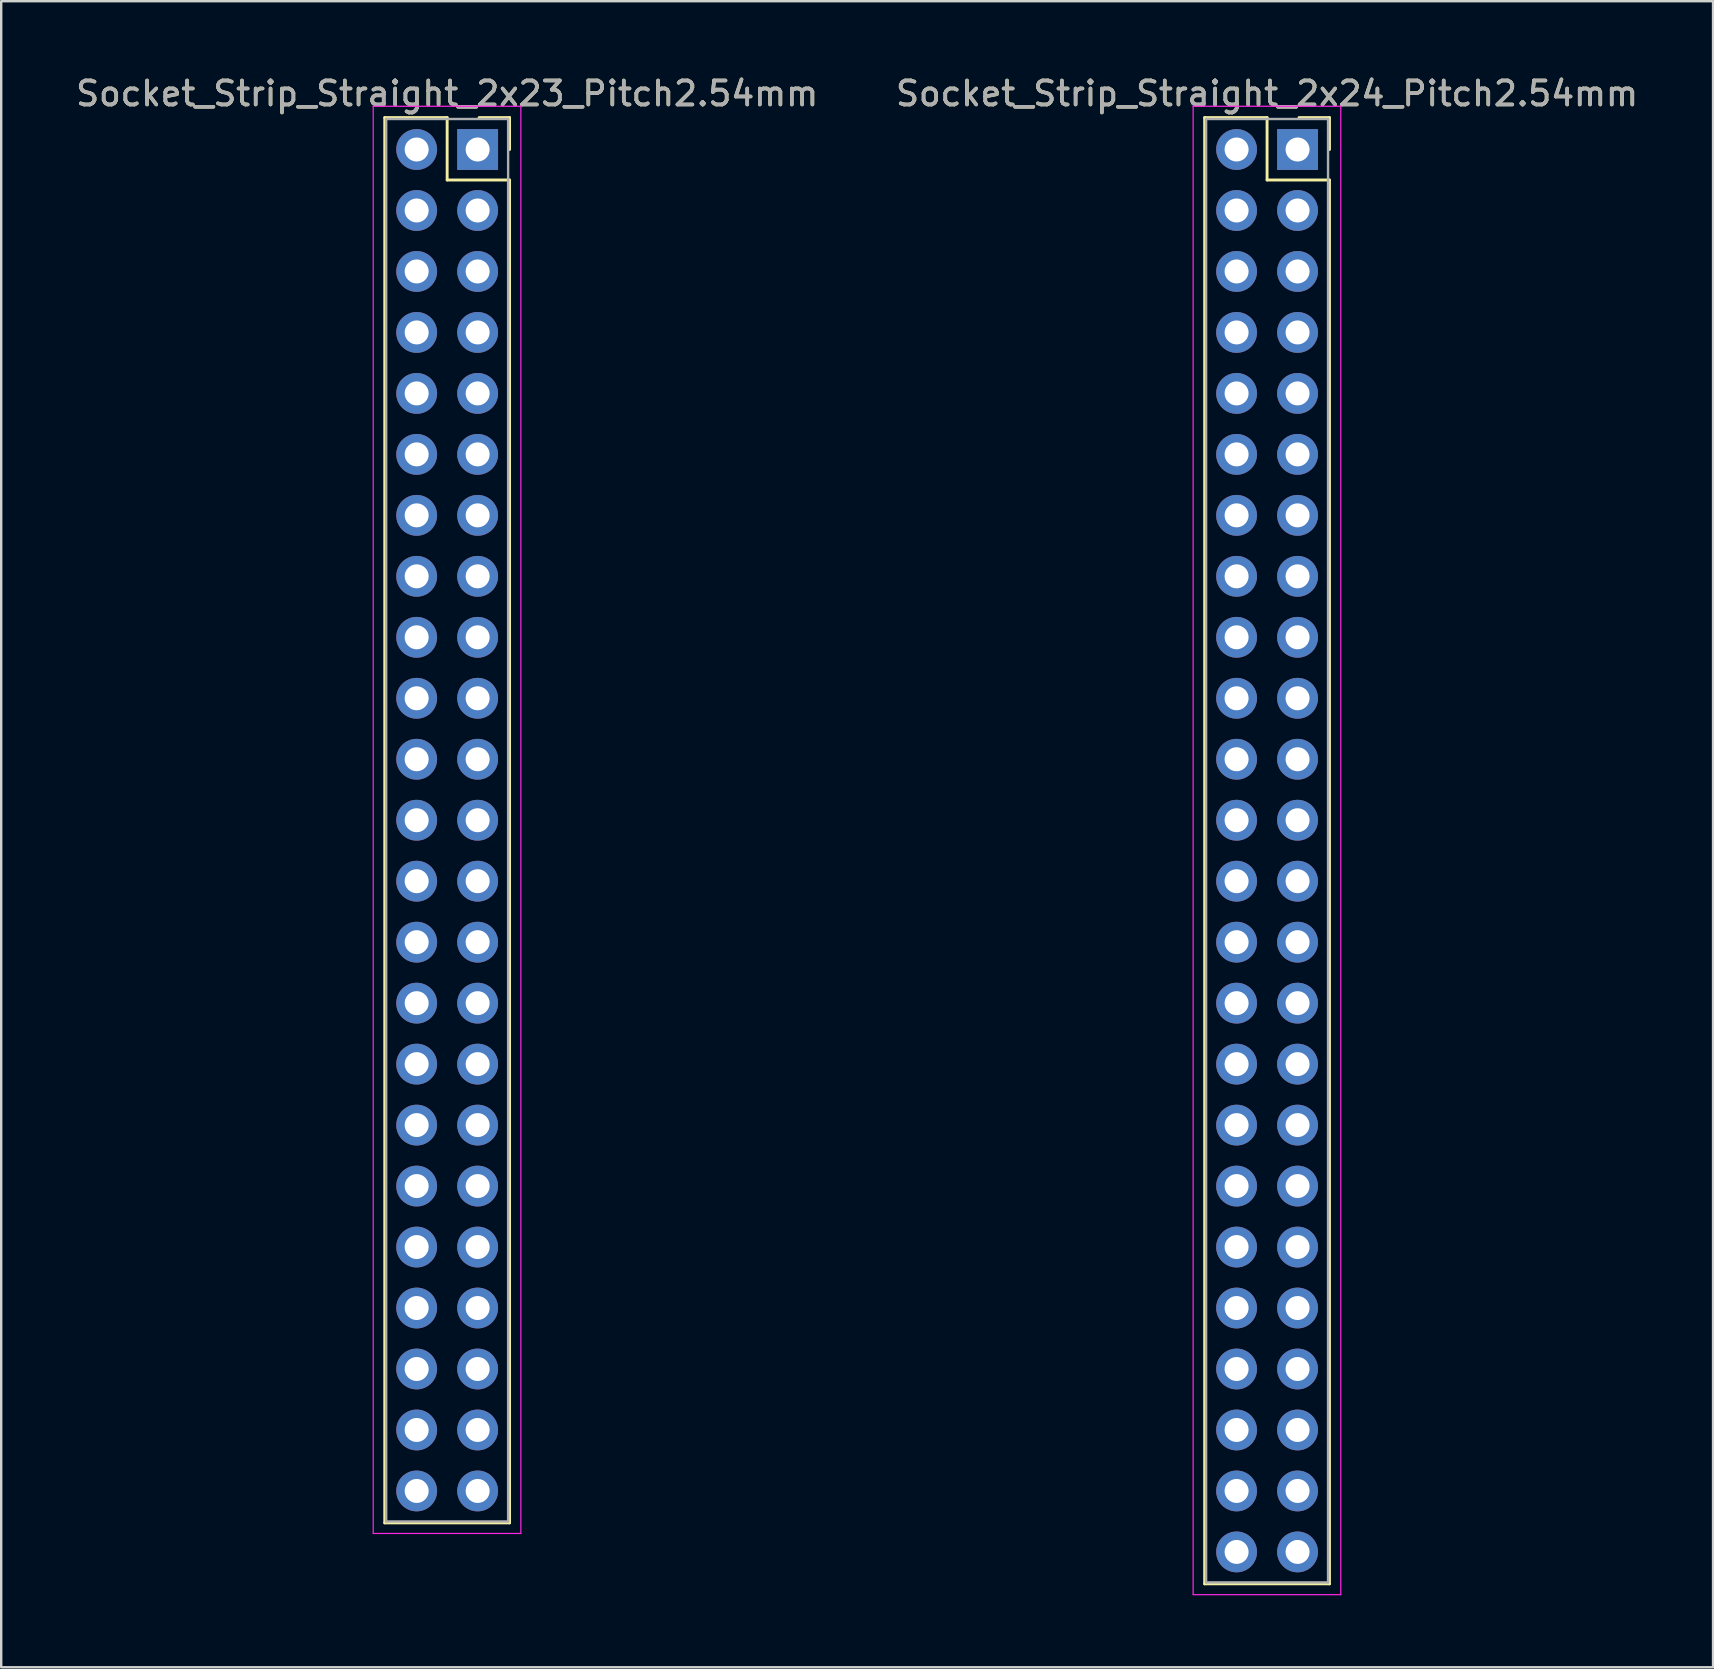
<source format=kicad_pcb>
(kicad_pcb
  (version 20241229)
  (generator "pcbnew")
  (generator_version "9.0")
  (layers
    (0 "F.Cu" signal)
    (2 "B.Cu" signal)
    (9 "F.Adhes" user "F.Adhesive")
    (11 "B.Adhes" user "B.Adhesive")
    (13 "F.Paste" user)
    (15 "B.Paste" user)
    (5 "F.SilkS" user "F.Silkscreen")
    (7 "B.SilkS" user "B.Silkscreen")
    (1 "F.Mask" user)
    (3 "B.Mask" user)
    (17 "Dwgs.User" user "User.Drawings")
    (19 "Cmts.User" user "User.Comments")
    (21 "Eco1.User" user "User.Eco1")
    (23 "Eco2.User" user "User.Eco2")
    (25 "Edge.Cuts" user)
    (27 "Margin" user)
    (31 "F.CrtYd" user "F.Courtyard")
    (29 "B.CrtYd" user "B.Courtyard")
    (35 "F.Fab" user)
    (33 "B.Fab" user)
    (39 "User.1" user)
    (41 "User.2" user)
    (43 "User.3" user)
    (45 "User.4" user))
  (footprint "Socket_Strip_Straight_2x23_Pitch2.54mm"
    (layer "F.Cu")
    (at 16.847 3.178)
    (property "Reference" "Socket_Strip_Straight_2x23_Pitch2.54mm" (at -1.27 -2.33 0) (layer "F.SilkS") (effects (font (size 1 1) (thickness 0.15))))
    (attr through_hole)
    (fp_line (start -3.87 -1.33) (end -1.27 -1.33) (stroke (width 0.12) (type solid)) (layer "F.SilkS"))
    (fp_line (start -3.87 57.21) (end -3.87 -1.33) (stroke (width 0.12) (type solid)) (layer "F.SilkS"))
    (fp_line (start -1.27 -1.33) (end -1.27 1.27) (stroke (width 0.12) (type solid)) (layer "F.SilkS"))
    (fp_line (start -1.27 1.27) (end 1.33 1.27) (stroke (width 0.12) (type solid)) (layer "F.SilkS"))
    (fp_line (start 1.33 -1.33) (end 0.06 -1.33) (stroke (width 0.12) (type solid)) (layer "F.SilkS"))
    (fp_line (start 1.33 0) (end 1.33 -1.33) (stroke (width 0.12) (type solid)) (layer "F.SilkS"))
    (fp_line (start 1.33 1.27) (end 1.33 57.21) (stroke (width 0.12) (type solid)) (layer "F.SilkS"))
    (fp_line (start 1.33 57.21) (end -3.87 57.21) (stroke (width 0.12) (type solid)) (layer "F.SilkS"))
    (fp_line (start -4.35 -1.8) (end -4.35 57.65) (stroke (width 0.05) (type solid)) (layer "F.CrtYd"))
    (fp_line (start -4.35 57.65) (end 1.8 57.65) (stroke (width 0.05) (type solid)) (layer "F.CrtYd"))
    (fp_line (start 1.8 -1.8) (end -4.35 -1.8) (stroke (width 0.05) (type solid)) (layer "F.CrtYd"))
    (fp_line (start 1.8 57.65) (end 1.8 -1.8) (stroke (width 0.05) (type solid)) (layer "F.CrtYd"))
    (fp_line (start -3.81 -1.27) (end -3.81 57.15) (stroke (width 0.1) (type solid)) (layer "F.Fab"))
    (fp_line (start -3.81 57.15) (end 1.27 57.15) (stroke (width 0.1) (type solid)) (layer "F.Fab"))
    (fp_line (start 1.27 -1.27) (end -3.81 -1.27) (stroke (width 0.1) (type solid)) (layer "F.Fab"))
    (fp_line (start 1.27 57.15) (end 1.27 -1.27) (stroke (width 0.1) (type solid)) (layer "F.Fab"))
    (fp_text user "${REFERENCE}" (at -1.27 -2.33 0) (layer "F.Fab") (effects (font (size 1 1) (thickness 0.15))))
    (pad "1" thru_hole rect (at 0 0) (size 1.7 1.7) (drill 1) (layers "*.Cu" "*.Mask"))
    (pad "2" thru_hole oval (at -2.54 0) (size 1.7 1.7) (drill 1) (layers "*.Cu" "*.Mask"))
    (pad "3" thru_hole oval (at 0 2.54) (size 1.7 1.7) (drill 1) (layers "*.Cu" "*.Mask"))
    (pad "4" thru_hole oval (at -2.54 2.54) (size 1.7 1.7) (drill 1) (layers "*.Cu" "*.Mask"))
    (pad "5" thru_hole oval (at 0 5.08) (size 1.7 1.7) (drill 1) (layers "*.Cu" "*.Mask"))
    (pad "6" thru_hole oval (at -2.54 5.08) (size 1.7 1.7) (drill 1) (layers "*.Cu" "*.Mask"))
    (pad "7" thru_hole oval (at 0 7.62) (size 1.7 1.7) (drill 1) (layers "*.Cu" "*.Mask"))
    (pad "8" thru_hole oval (at -2.54 7.62) (size 1.7 1.7) (drill 1) (layers "*.Cu" "*.Mask"))
    (pad "9" thru_hole oval (at 0 10.16) (size 1.7 1.7) (drill 1) (layers "*.Cu" "*.Mask"))
    (pad "10" thru_hole oval (at -2.54 10.16) (size 1.7 1.7) (drill 1) (layers "*.Cu" "*.Mask"))
    (pad "11" thru_hole oval (at 0 12.7) (size 1.7 1.7) (drill 1) (layers "*.Cu" "*.Mask"))
    (pad "12" thru_hole oval (at -2.54 12.7) (size 1.7 1.7) (drill 1) (layers "*.Cu" "*.Mask"))
    (pad "13" thru_hole oval (at 0 15.24) (size 1.7 1.7) (drill 1) (layers "*.Cu" "*.Mask"))
    (pad "14" thru_hole oval (at -2.54 15.24) (size 1.7 1.7) (drill 1) (layers "*.Cu" "*.Mask"))
    (pad "15" thru_hole oval (at 0 17.78) (size 1.7 1.7) (drill 1) (layers "*.Cu" "*.Mask"))
    (pad "16" thru_hole oval (at -2.54 17.78) (size 1.7 1.7) (drill 1) (layers "*.Cu" "*.Mask"))
    (pad "17" thru_hole oval (at 0 20.32) (size 1.7 1.7) (drill 1) (layers "*.Cu" "*.Mask"))
    (pad "18" thru_hole oval (at -2.54 20.32) (size 1.7 1.7) (drill 1) (layers "*.Cu" "*.Mask"))
    (pad "19" thru_hole oval (at 0 22.86) (size 1.7 1.7) (drill 1) (layers "*.Cu" "*.Mask"))
    (pad "20" thru_hole oval (at -2.54 22.86) (size 1.7 1.7) (drill 1) (layers "*.Cu" "*.Mask"))
    (pad "21" thru_hole oval (at 0 25.4) (size 1.7 1.7) (drill 1) (layers "*.Cu" "*.Mask"))
    (pad "22" thru_hole oval (at -2.54 25.4) (size 1.7 1.7) (drill 1) (layers "*.Cu" "*.Mask"))
    (pad "23" thru_hole oval (at 0 27.94) (size 1.7 1.7) (drill 1) (layers "*.Cu" "*.Mask"))
    (pad "24" thru_hole oval (at -2.54 27.94) (size 1.7 1.7) (drill 1) (layers "*.Cu" "*.Mask"))
    (pad "25" thru_hole oval (at 0 30.48) (size 1.7 1.7) (drill 1) (layers "*.Cu" "*.Mask"))
    (pad "26" thru_hole oval (at -2.54 30.48) (size 1.7 1.7) (drill 1) (layers "*.Cu" "*.Mask"))
    (pad "27" thru_hole oval (at 0 33.02) (size 1.7 1.7) (drill 1) (layers "*.Cu" "*.Mask"))
    (pad "28" thru_hole oval (at -2.54 33.02) (size 1.7 1.7) (drill 1) (layers "*.Cu" "*.Mask"))
    (pad "29" thru_hole oval (at 0 35.56) (size 1.7 1.7) (drill 1) (layers "*.Cu" "*.Mask"))
    (pad "30" thru_hole oval (at -2.54 35.56) (size 1.7 1.7) (drill 1) (layers "*.Cu" "*.Mask"))
    (pad "31" thru_hole oval (at 0 38.1) (size 1.7 1.7) (drill 1) (layers "*.Cu" "*.Mask"))
    (pad "32" thru_hole oval (at -2.54 38.1) (size 1.7 1.7) (drill 1) (layers "*.Cu" "*.Mask"))
    (pad "33" thru_hole oval (at 0 40.64) (size 1.7 1.7) (drill 1) (layers "*.Cu" "*.Mask"))
    (pad "34" thru_hole oval (at -2.54 40.64) (size 1.7 1.7) (drill 1) (layers "*.Cu" "*.Mask"))
    (pad "35" thru_hole oval (at 0 43.18) (size 1.7 1.7) (drill 1) (layers "*.Cu" "*.Mask"))
    (pad "36" thru_hole oval (at -2.54 43.18) (size 1.7 1.7) (drill 1) (layers "*.Cu" "*.Mask"))
    (pad "37" thru_hole oval (at 0 45.72) (size 1.7 1.7) (drill 1) (layers "*.Cu" "*.Mask"))
    (pad "38" thru_hole oval (at -2.54 45.72) (size 1.7 1.7) (drill 1) (layers "*.Cu" "*.Mask"))
    (pad "39" thru_hole oval (at 0 48.26) (size 1.7 1.7) (drill 1) (layers "*.Cu" "*.Mask"))
    (pad "40" thru_hole oval (at -2.54 48.26) (size 1.7 1.7) (drill 1) (layers "*.Cu" "*.Mask"))
    (pad "41" thru_hole oval (at 0 50.8) (size 1.7 1.7) (drill 1) (layers "*.Cu" "*.Mask"))
    (pad "42" thru_hole oval (at -2.54 50.8) (size 1.7 1.7) (drill 1) (layers "*.Cu" "*.Mask"))
    (pad "43" thru_hole oval (at 0 53.34) (size 1.7 1.7) (drill 1) (layers "*.Cu" "*.Mask"))
    (pad "44" thru_hole oval (at -2.54 53.34) (size 1.7 1.7) (drill 1) (layers "*.Cu" "*.Mask"))
    (pad "45" thru_hole oval (at 0 55.88) (size 1.7 1.7) (drill 1) (layers "*.Cu" "*.Mask"))
    (pad "46" thru_hole oval (at -2.54 55.88) (size 1.7 1.7) (drill 1) (layers "*.Cu" "*.Mask")))
  (footprint "Socket_Strip_Straight_2x24_Pitch2.54mm"
    (layer "F.Cu")
    (at 51.002 3.178)
    (property "Reference" "Socket_Strip_Straight_2x24_Pitch2.54mm" (at -1.27 -2.33 0) (layer "F.SilkS") (effects (font (size 1 1) (thickness 0.15))))
    (attr through_hole)
    (fp_line (start -3.87 -1.33) (end -1.27 -1.33) (stroke (width 0.12) (type solid)) (layer "F.SilkS"))
    (fp_line (start -3.87 59.75) (end -3.87 -1.33) (stroke (width 0.12) (type solid)) (layer "F.SilkS"))
    (fp_line (start -1.27 -1.33) (end -1.27 1.27) (stroke (width 0.12) (type solid)) (layer "F.SilkS"))
    (fp_line (start -1.27 1.27) (end 1.33 1.27) (stroke (width 0.12) (type solid)) (layer "F.SilkS"))
    (fp_line (start 1.33 -1.33) (end 0.06 -1.33) (stroke (width 0.12) (type solid)) (layer "F.SilkS"))
    (fp_line (start 1.33 0) (end 1.33 -1.33) (stroke (width 0.12) (type solid)) (layer "F.SilkS"))
    (fp_line (start 1.33 1.27) (end 1.33 59.75) (stroke (width 0.12) (type solid)) (layer "F.SilkS"))
    (fp_line (start 1.33 59.75) (end -3.87 59.75) (stroke (width 0.12) (type solid)) (layer "F.SilkS"))
    (fp_line (start -4.35 -1.8) (end -4.35 60.2) (stroke (width 0.05) (type solid)) (layer "F.CrtYd"))
    (fp_line (start -4.35 60.2) (end 1.8 60.2) (stroke (width 0.05) (type solid)) (layer "F.CrtYd"))
    (fp_line (start 1.8 -1.8) (end -4.35 -1.8) (stroke (width 0.05) (type solid)) (layer "F.CrtYd"))
    (fp_line (start 1.8 60.2) (end 1.8 -1.8) (stroke (width 0.05) (type solid)) (layer "F.CrtYd"))
    (fp_line (start -3.81 -1.27) (end -3.81 59.69) (stroke (width 0.1) (type solid)) (layer "F.Fab"))
    (fp_line (start -3.81 59.69) (end 1.27 59.69) (stroke (width 0.1) (type solid)) (layer "F.Fab"))
    (fp_line (start 1.27 -1.27) (end -3.81 -1.27) (stroke (width 0.1) (type solid)) (layer "F.Fab"))
    (fp_line (start 1.27 59.69) (end 1.27 -1.27) (stroke (width 0.1) (type solid)) (layer "F.Fab"))
    (fp_text user "${REFERENCE}" (at -1.27 -2.33 0) (layer "F.Fab") (effects (font (size 1 1) (thickness 0.15))))
    (pad "1" thru_hole rect (at 0 0) (size 1.7 1.7) (drill 1) (layers "*.Cu" "*.Mask"))
    (pad "2" thru_hole oval (at -2.54 0) (size 1.7 1.7) (drill 1) (layers "*.Cu" "*.Mask"))
    (pad "3" thru_hole oval (at 0 2.54) (size 1.7 1.7) (drill 1) (layers "*.Cu" "*.Mask"))
    (pad "4" thru_hole oval (at -2.54 2.54) (size 1.7 1.7) (drill 1) (layers "*.Cu" "*.Mask"))
    (pad "5" thru_hole oval (at 0 5.08) (size 1.7 1.7) (drill 1) (layers "*.Cu" "*.Mask"))
    (pad "6" thru_hole oval (at -2.54 5.08) (size 1.7 1.7) (drill 1) (layers "*.Cu" "*.Mask"))
    (pad "7" thru_hole oval (at 0 7.62) (size 1.7 1.7) (drill 1) (layers "*.Cu" "*.Mask"))
    (pad "8" thru_hole oval (at -2.54 7.62) (size 1.7 1.7) (drill 1) (layers "*.Cu" "*.Mask"))
    (pad "9" thru_hole oval (at 0 10.16) (size 1.7 1.7) (drill 1) (layers "*.Cu" "*.Mask"))
    (pad "10" thru_hole oval (at -2.54 10.16) (size 1.7 1.7) (drill 1) (layers "*.Cu" "*.Mask"))
    (pad "11" thru_hole oval (at 0 12.7) (size 1.7 1.7) (drill 1) (layers "*.Cu" "*.Mask"))
    (pad "12" thru_hole oval (at -2.54 12.7) (size 1.7 1.7) (drill 1) (layers "*.Cu" "*.Mask"))
    (pad "13" thru_hole oval (at 0 15.24) (size 1.7 1.7) (drill 1) (layers "*.Cu" "*.Mask"))
    (pad "14" thru_hole oval (at -2.54 15.24) (size 1.7 1.7) (drill 1) (layers "*.Cu" "*.Mask"))
    (pad "15" thru_hole oval (at 0 17.78) (size 1.7 1.7) (drill 1) (layers "*.Cu" "*.Mask"))
    (pad "16" thru_hole oval (at -2.54 17.78) (size 1.7 1.7) (drill 1) (layers "*.Cu" "*.Mask"))
    (pad "17" thru_hole oval (at 0 20.32) (size 1.7 1.7) (drill 1) (layers "*.Cu" "*.Mask"))
    (pad "18" thru_hole oval (at -2.54 20.32) (size 1.7 1.7) (drill 1) (layers "*.Cu" "*.Mask"))
    (pad "19" thru_hole oval (at 0 22.86) (size 1.7 1.7) (drill 1) (layers "*.Cu" "*.Mask"))
    (pad "20" thru_hole oval (at -2.54 22.86) (size 1.7 1.7) (drill 1) (layers "*.Cu" "*.Mask"))
    (pad "21" thru_hole oval (at 0 25.4) (size 1.7 1.7) (drill 1) (layers "*.Cu" "*.Mask"))
    (pad "22" thru_hole oval (at -2.54 25.4) (size 1.7 1.7) (drill 1) (layers "*.Cu" "*.Mask"))
    (pad "23" thru_hole oval (at 0 27.94) (size 1.7 1.7) (drill 1) (layers "*.Cu" "*.Mask"))
    (pad "24" thru_hole oval (at -2.54 27.94) (size 1.7 1.7) (drill 1) (layers "*.Cu" "*.Mask"))
    (pad "25" thru_hole oval (at 0 30.48) (size 1.7 1.7) (drill 1) (layers "*.Cu" "*.Mask"))
    (pad "26" thru_hole oval (at -2.54 30.48) (size 1.7 1.7) (drill 1) (layers "*.Cu" "*.Mask"))
    (pad "27" thru_hole oval (at 0 33.02) (size 1.7 1.7) (drill 1) (layers "*.Cu" "*.Mask"))
    (pad "28" thru_hole oval (at -2.54 33.02) (size 1.7 1.7) (drill 1) (layers "*.Cu" "*.Mask"))
    (pad "29" thru_hole oval (at 0 35.56) (size 1.7 1.7) (drill 1) (layers "*.Cu" "*.Mask"))
    (pad "30" thru_hole oval (at -2.54 35.56) (size 1.7 1.7) (drill 1) (layers "*.Cu" "*.Mask"))
    (pad "31" thru_hole oval (at 0 38.1) (size 1.7 1.7) (drill 1) (layers "*.Cu" "*.Mask"))
    (pad "32" thru_hole oval (at -2.54 38.1) (size 1.7 1.7) (drill 1) (layers "*.Cu" "*.Mask"))
    (pad "33" thru_hole oval (at 0 40.64) (size 1.7 1.7) (drill 1) (layers "*.Cu" "*.Mask"))
    (pad "34" thru_hole oval (at -2.54 40.64) (size 1.7 1.7) (drill 1) (layers "*.Cu" "*.Mask"))
    (pad "35" thru_hole oval (at 0 43.18) (size 1.7 1.7) (drill 1) (layers "*.Cu" "*.Mask"))
    (pad "36" thru_hole oval (at -2.54 43.18) (size 1.7 1.7) (drill 1) (layers "*.Cu" "*.Mask"))
    (pad "37" thru_hole oval (at 0 45.72) (size 1.7 1.7) (drill 1) (layers "*.Cu" "*.Mask"))
    (pad "38" thru_hole oval (at -2.54 45.72) (size 1.7 1.7) (drill 1) (layers "*.Cu" "*.Mask"))
    (pad "39" thru_hole oval (at 0 48.26) (size 1.7 1.7) (drill 1) (layers "*.Cu" "*.Mask"))
    (pad "40" thru_hole oval (at -2.54 48.26) (size 1.7 1.7) (drill 1) (layers "*.Cu" "*.Mask"))
    (pad "41" thru_hole oval (at 0 50.8) (size 1.7 1.7) (drill 1) (layers "*.Cu" "*.Mask"))
    (pad "42" thru_hole oval (at -2.54 50.8) (size 1.7 1.7) (drill 1) (layers "*.Cu" "*.Mask"))
    (pad "43" thru_hole oval (at 0 53.34) (size 1.7 1.7) (drill 1) (layers "*.Cu" "*.Mask"))
    (pad "44" thru_hole oval (at -2.54 53.34) (size 1.7 1.7) (drill 1) (layers "*.Cu" "*.Mask"))
    (pad "45" thru_hole oval (at 0 55.88) (size 1.7 1.7) (drill 1) (layers "*.Cu" "*.Mask"))
    (pad "46" thru_hole oval (at -2.54 55.88) (size 1.7 1.7) (drill 1) (layers "*.Cu" "*.Mask"))
    (pad "47" thru_hole oval (at 0 58.42) (size 1.7 1.7) (drill 1) (layers "*.Cu" "*.Mask"))
    (pad "48" thru_hole oval (at -2.54 58.42) (size 1.7 1.7) (drill 1) (layers "*.Cu" "*.Mask")))
  (gr_rect
    (start -3 -3)
    (end 68.31 66.403)
    (stroke (width 0.1) (type default))
    (fill no)
    (layer "Edge.Cuts")))
</source>
